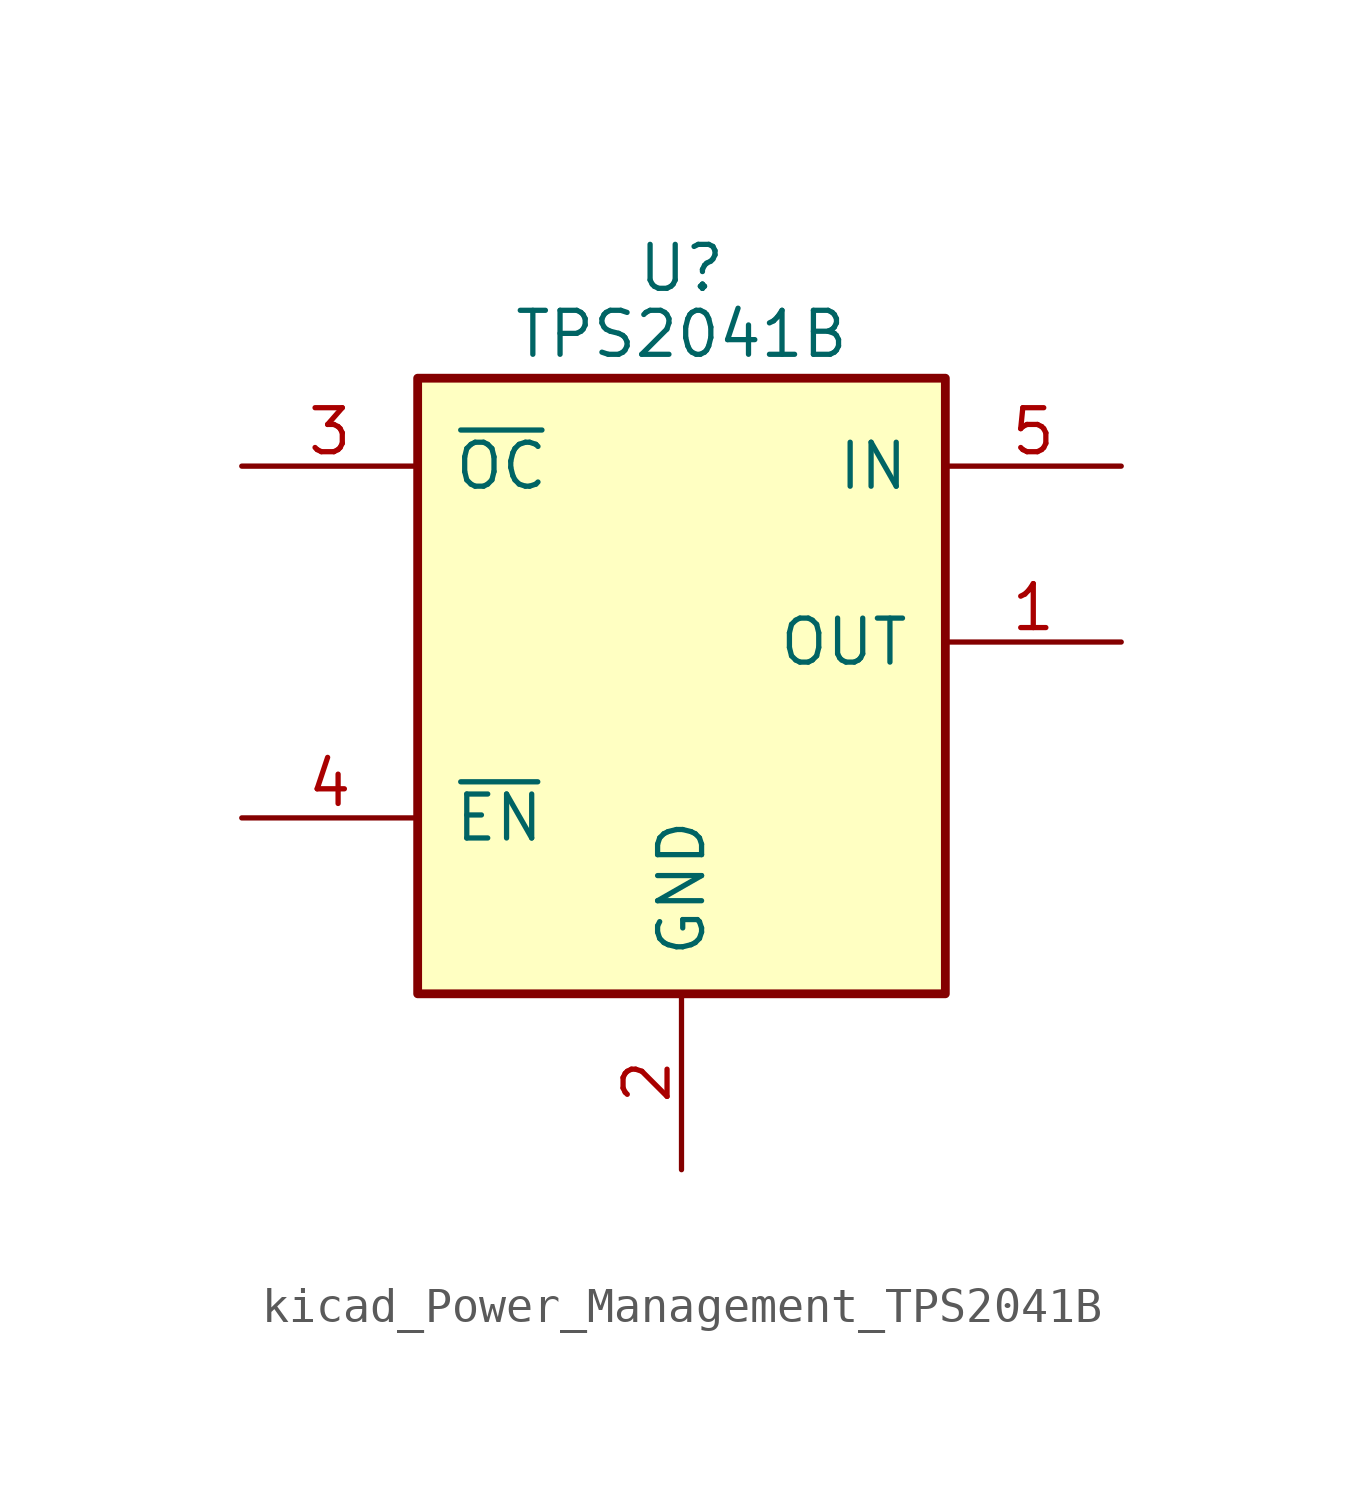
<source format=kicad_sym>
(kicad_symbol_lib
  (version 20220914)
  (generator kicad_symbol_editor)
  (symbol "kicad_Power_Management_TPS2041B"
    (pin_names
      (offset 1.016))
    (property "Reference" "U"
      (at 0 10.795 0)
      (effects (font (size 1.27 1.27))))
    (property "Value" "TPS2041B"
      (at 0 8.89 0)
      (effects (font (size 1.27 1.27))))
    (symbol "kicad_Power_Management_TPS2041B_0_1"
      (rectangle (start -7.62 7.62) (end 7.62 -10.16) (stroke (width 0.254) (type default)) (fill (type background))))
    (symbol "kicad_Power_Management_TPS2041B_1_1"
      (pin power_out line (at 12.7 0 180) (length 5.08) (name "OUT" (effects (font (size 1.27 1.27)))) (number "1" (effects (font (size 1.27 1.27)))))
      (pin power_in line (at 0 -15.24 90) (length 5.08) (name "GND" (effects (font (size 1.27 1.27)))) (number "2" (effects (font (size 1.27 1.27)))))
      (pin open_collector line (at -12.7 5.08 0) (length 5.08) (name "~{OC}" (effects (font (size 1.27 1.27)))) (number "3" (effects (font (size 1.27 1.27)))))
      (pin input line (at -12.7 -5.08 0) (length 5.08) (name "~{EN}" (effects (font (size 1.27 1.27)))) (number "4" (effects (font (size 1.27 1.27)))))
      (pin power_in line (at 12.7 5.08 180) (length 5.08) (name "IN" (effects (font (size 1.27 1.27)))) (number "5" (effects (font (size 1.27 1.27))))))))
</source>
